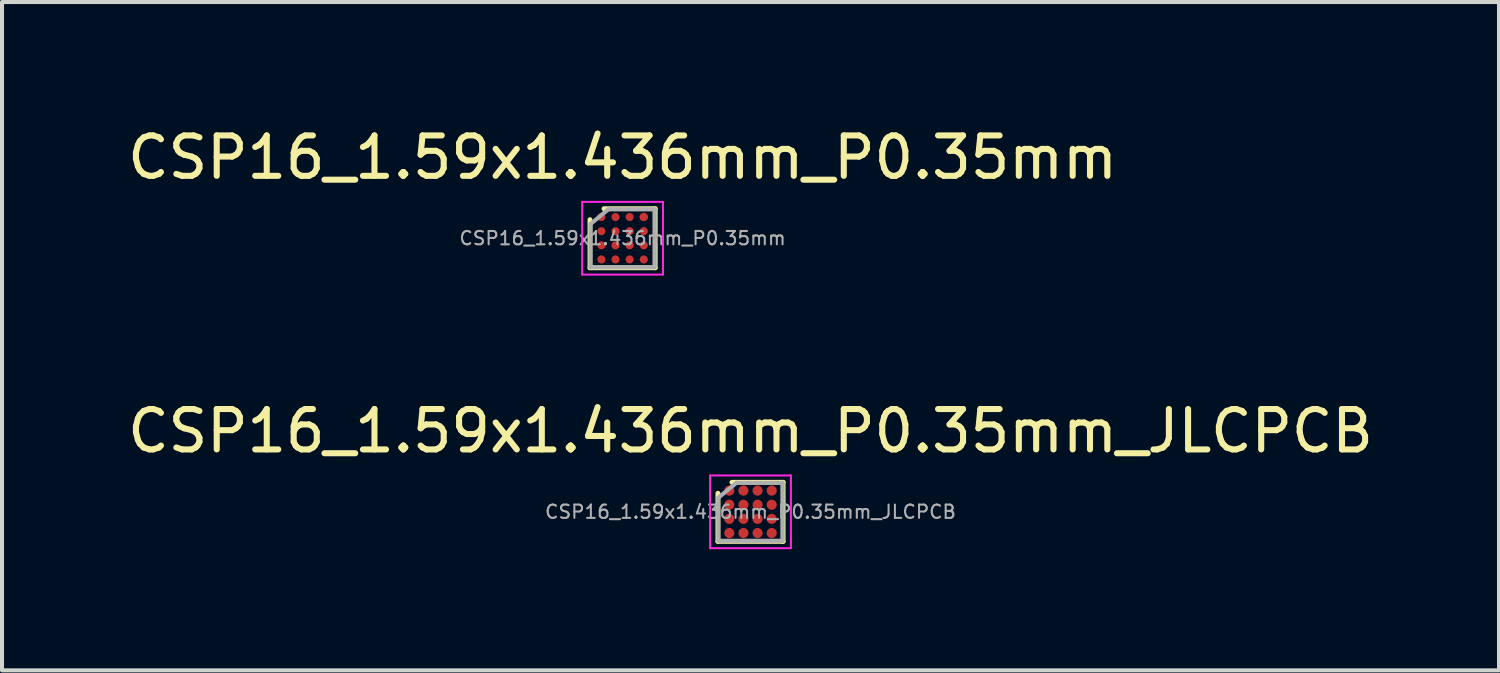
<source format=kicad_pcb>
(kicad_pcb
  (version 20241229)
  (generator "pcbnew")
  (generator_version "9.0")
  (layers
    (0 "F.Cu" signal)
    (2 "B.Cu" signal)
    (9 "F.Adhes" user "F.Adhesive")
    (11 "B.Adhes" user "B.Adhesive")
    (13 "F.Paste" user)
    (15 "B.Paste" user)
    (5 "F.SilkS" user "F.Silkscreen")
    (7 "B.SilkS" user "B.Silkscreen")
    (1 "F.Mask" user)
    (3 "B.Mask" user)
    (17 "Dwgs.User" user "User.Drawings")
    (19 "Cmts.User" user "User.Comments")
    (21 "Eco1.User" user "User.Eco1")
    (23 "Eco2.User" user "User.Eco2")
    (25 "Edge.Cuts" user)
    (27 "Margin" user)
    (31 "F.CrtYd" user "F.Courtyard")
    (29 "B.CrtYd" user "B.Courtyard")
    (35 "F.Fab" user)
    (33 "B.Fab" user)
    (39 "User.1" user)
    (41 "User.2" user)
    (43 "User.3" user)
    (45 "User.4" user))
  (footprint "CSP16_1.59x1.436mm_P0.35mm_JLCPCB"
    (layer "F.Cu")
    (at 15.53 9.621)
    (property "Reference" "CSP16_1.59x1.436mm_P0.35mm_JLCPCB" (at 0 -2 0) (layer "F.SilkS") (effects (font (size 1 1) (thickness 0.15))))
    (attr smd)
    (fp_line (start -0.807 0.731) (end -0.807 -0.46) (stroke (width 0.12) (type solid)) (layer "F.SilkS"))
    (fp_line (start -0.46 -0.731) (end 0.807 -0.731) (stroke (width 0.12) (type solid)) (layer "F.SilkS"))
    (fp_line (start 0.807 -0.731) (end 0.807 0.731) (stroke (width 0.12) (type solid)) (layer "F.SilkS"))
    (fp_line (start 0.807 0.731) (end -0.807 0.731) (stroke (width 0.12) (type solid)) (layer "F.SilkS"))
    (fp_line (start -1 -0.9) (end -1 0.9) (stroke (width 0.05) (type solid)) (layer "F.CrtYd"))
    (fp_line (start -1 0.9) (end 1 0.9) (stroke (width 0.05) (type solid)) (layer "F.CrtYd"))
    (fp_line (start 1 -0.9) (end -1 -0.9) (stroke (width 0.05) (type solid)) (layer "F.CrtYd"))
    (fp_line (start 1 0.9) (end 1 -0.9) (stroke (width 0.05) (type solid)) (layer "F.CrtYd"))
    (fp_line (start -0.795 -0.35) (end -0.35 -0.718) (stroke (width 0.1) (type solid)) (layer "F.Fab"))
    (fp_line (start -0.795 0.718) (end -0.795 -0.35) (stroke (width 0.1) (type solid)) (layer "F.Fab"))
    (fp_line (start -0.35 -0.718) (end 0.795 -0.718) (stroke (width 0.1) (type solid)) (layer "F.Fab"))
    (fp_line (start 0.795 -0.718) (end 0.795 0.718) (stroke (width 0.1) (type solid)) (layer "F.Fab"))
    (fp_line (start 0.795 0.718) (end -0.795 0.718) (stroke (width 0.1) (type solid)) (layer "F.Fab"))
    (fp_text user "${REFERENCE}" (at 0 0 0) (layer "F.Fab") (effects (font (size 0.33 0.33) (thickness 0.05))))
    (pad "A1" smd circle (at -0.525 -0.525) (size 0.25 0.25) (layers "F.Cu" "F.Mask" "F.Paste"))
    (pad "A2" smd circle (at -0.175 -0.525) (size 0.25 0.25) (layers "F.Cu" "F.Mask" "F.Paste"))
    (pad "A3" smd circle (at 0.175 -0.525) (size 0.25 0.25) (layers "F.Cu" "F.Mask" "F.Paste"))
    (pad "A4" smd circle (at 0.525 -0.525) (size 0.25 0.25) (layers "F.Cu" "F.Mask" "F.Paste"))
    (pad "B1" smd circle (at -0.525 -0.175) (size 0.25 0.25) (layers "F.Cu" "F.Mask" "F.Paste"))
    (pad "B2" smd circle (at -0.175 -0.175) (size 0.25 0.25) (layers "F.Cu" "F.Mask" "F.Paste"))
    (pad "B3" smd circle (at 0.175 -0.175) (size 0.25 0.25) (layers "F.Cu" "F.Mask" "F.Paste"))
    (pad "B4" smd circle (at 0.525 -0.175) (size 0.25 0.25) (layers "F.Cu" "F.Mask" "F.Paste"))
    (pad "C1" smd circle (at -0.525 0.175) (size 0.25 0.25) (layers "F.Cu" "F.Mask" "F.Paste"))
    (pad "C2" smd circle (at -0.175 0.175) (size 0.25 0.25) (layers "F.Cu" "F.Mask" "F.Paste"))
    (pad "C3" smd circle (at 0.175 0.175) (size 0.25 0.25) (layers "F.Cu" "F.Mask" "F.Paste"))
    (pad "C4" smd circle (at 0.525 0.175) (size 0.25 0.25) (layers "F.Cu" "F.Mask" "F.Paste"))
    (pad "D1" smd circle (at -0.525 0.525) (size 0.25 0.25) (layers "F.Cu" "F.Mask" "F.Paste"))
    (pad "D2" smd circle (at -0.175 0.525) (size 0.25 0.25) (layers "F.Cu" "F.Mask" "F.Paste"))
    (pad "D3" smd circle (at 0.175 0.525) (size 0.25 0.25) (layers "F.Cu" "F.Mask" "F.Paste"))
    (pad "D4" smd circle (at 0.525 0.525) (size 0.25 0.25) (layers "F.Cu" "F.Mask" "F.Paste")))
  (footprint "CSP16_1.59x1.436mm_P0.35mm"
    (layer "F.Cu")
    (at 12.363 2.848)
    (property "Reference" "CSP16_1.59x1.436mm_P0.35mm" (at 0 -2 0) (layer "F.SilkS") (effects (font (size 1 1) (thickness 0.15))))
    (attr smd)
    (fp_line (start -0.807 0.731) (end -0.807 -0.46) (stroke (width 0.12) (type solid)) (layer "F.SilkS"))
    (fp_line (start -0.46 -0.731) (end 0.807 -0.731) (stroke (width 0.12) (type solid)) (layer "F.SilkS"))
    (fp_line (start 0.807 -0.731) (end 0.807 0.731) (stroke (width 0.12) (type solid)) (layer "F.SilkS"))
    (fp_line (start 0.807 0.731) (end -0.807 0.731) (stroke (width 0.12) (type solid)) (layer "F.SilkS"))
    (fp_line (start -1 -0.9) (end -1 0.9) (stroke (width 0.05) (type solid)) (layer "F.CrtYd"))
    (fp_line (start -1 0.9) (end 1 0.9) (stroke (width 0.05) (type solid)) (layer "F.CrtYd"))
    (fp_line (start 1 -0.9) (end -1 -0.9) (stroke (width 0.05) (type solid)) (layer "F.CrtYd"))
    (fp_line (start 1 0.9) (end 1 -0.9) (stroke (width 0.05) (type solid)) (layer "F.CrtYd"))
    (fp_line (start -0.795 -0.35) (end -0.35 -0.718) (stroke (width 0.1) (type solid)) (layer "F.Fab"))
    (fp_line (start -0.795 0.718) (end -0.795 -0.35) (stroke (width 0.1) (type solid)) (layer "F.Fab"))
    (fp_line (start -0.35 -0.718) (end 0.795 -0.718) (stroke (width 0.1) (type solid)) (layer "F.Fab"))
    (fp_line (start 0.795 -0.718) (end 0.795 0.718) (stroke (width 0.1) (type solid)) (layer "F.Fab"))
    (fp_line (start 0.795 0.718) (end -0.795 0.718) (stroke (width 0.1) (type solid)) (layer "F.Fab"))
    (fp_text user "${REFERENCE}" (at 0 0 0) (layer "F.Fab") (effects (font (size 0.33 0.33) (thickness 0.05))))
    (pad "A1" smd circle (at -0.525 -0.525) (size 0.2 0.2) (layers "F.Cu" "F.Mask" "F.Paste"))
    (pad "A2" smd circle (at -0.175 -0.525) (size 0.2 0.2) (layers "F.Cu" "F.Mask" "F.Paste"))
    (pad "A3" smd circle (at 0.175 -0.525) (size 0.2 0.2) (layers "F.Cu" "F.Mask" "F.Paste"))
    (pad "A4" smd circle (at 0.525 -0.525) (size 0.21 0.21) (layers "F.Cu" "F.Mask" "F.Paste"))
    (pad "B1" smd circle (at -0.525 -0.175) (size 0.2 0.2) (layers "F.Cu" "F.Mask" "F.Paste"))
    (pad "B2" smd circle (at -0.175 -0.175) (size 0.2 0.2) (layers "F.Cu" "F.Mask" "F.Paste"))
    (pad "B3" smd circle (at 0.175 -0.175) (size 0.2 0.2) (layers "F.Cu" "F.Mask" "F.Paste"))
    (pad "B4" smd circle (at 0.525 -0.175) (size 0.2 0.2) (layers "F.Cu" "F.Mask" "F.Paste"))
    (pad "C1" smd circle (at -0.525 0.175) (size 0.2 0.2) (layers "F.Cu" "F.Mask" "F.Paste"))
    (pad "C2" smd circle (at -0.175 0.175) (size 0.2 0.2) (layers "F.Cu" "F.Mask" "F.Paste"))
    (pad "C3" smd circle (at 0.175 0.175) (size 0.2 0.2) (layers "F.Cu" "F.Mask" "F.Paste"))
    (pad "C4" smd circle (at 0.525 0.175) (size 0.2 0.2) (layers "F.Cu" "F.Mask" "F.Paste"))
    (pad "D1" smd circle (at -0.525 0.525) (size 0.2 0.2) (layers "F.Cu" "F.Mask" "F.Paste"))
    (pad "D2" smd circle (at -0.175 0.525) (size 0.2 0.2) (layers "F.Cu" "F.Mask" "F.Paste"))
    (pad "D3" smd circle (at 0.175 0.525) (size 0.2 0.2) (layers "F.Cu" "F.Mask" "F.Paste"))
    (pad "D4" smd circle (at 0.525 0.525) (size 0.2 0.2) (layers "F.Cu" "F.Mask" "F.Paste")))
  (gr_rect
    (start -3 -3)
    (end 34.06 13.546)
    (stroke (width 0.1) (type default))
    (fill no)
    (layer "Edge.Cuts")))
</source>
